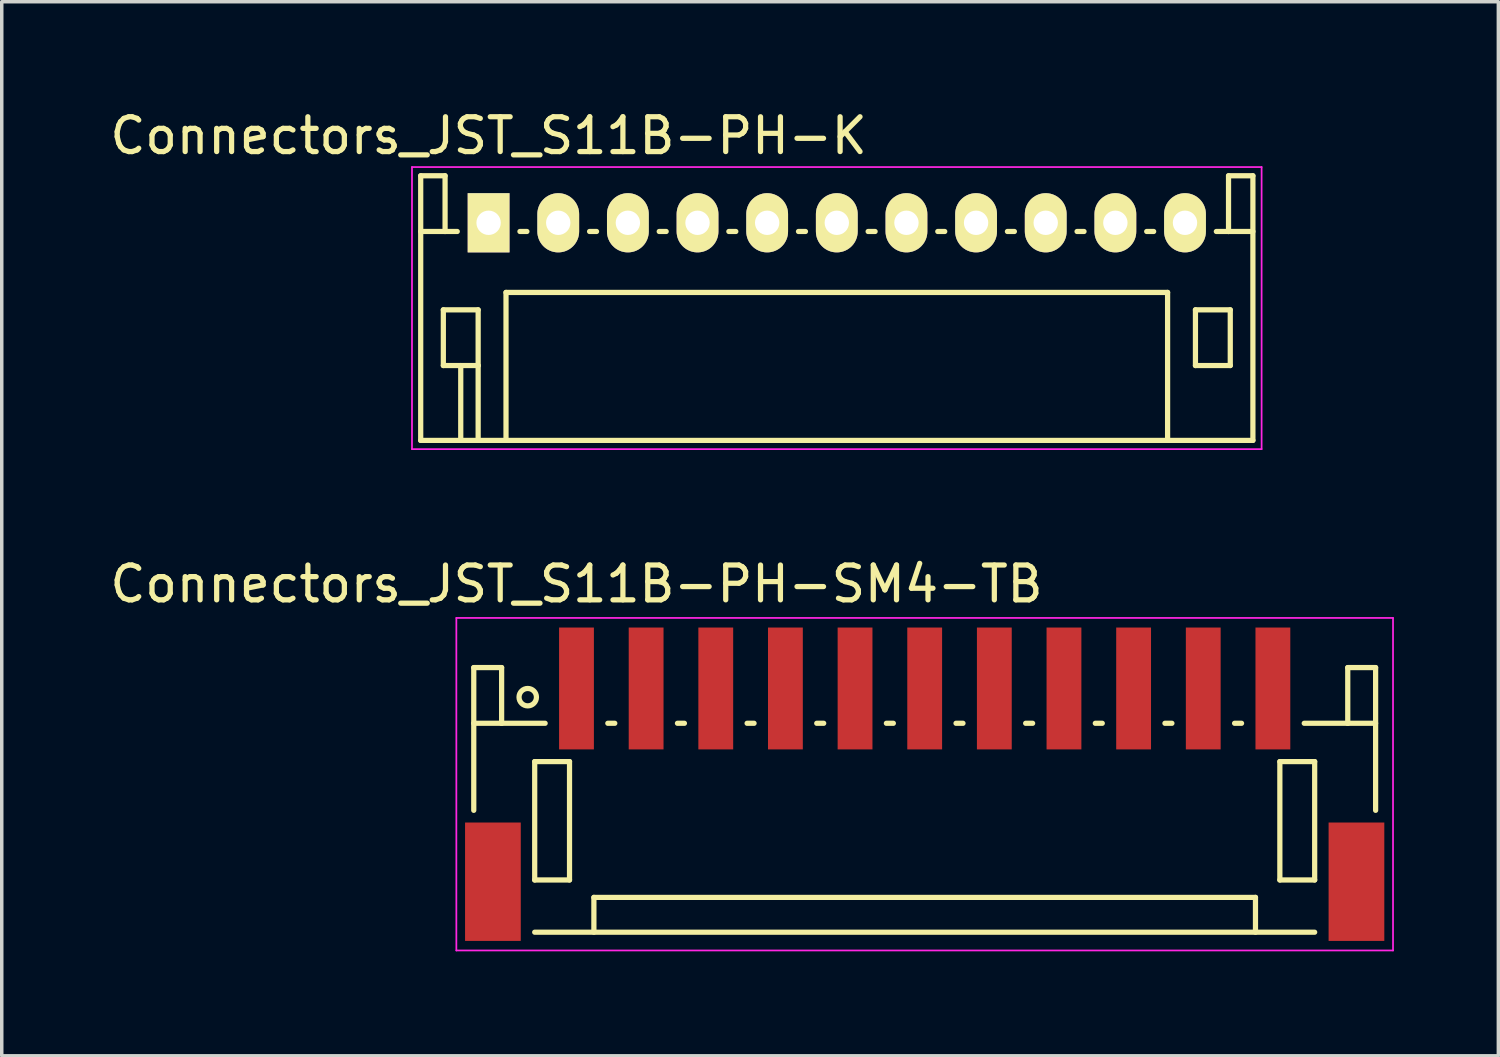
<source format=kicad_pcb>
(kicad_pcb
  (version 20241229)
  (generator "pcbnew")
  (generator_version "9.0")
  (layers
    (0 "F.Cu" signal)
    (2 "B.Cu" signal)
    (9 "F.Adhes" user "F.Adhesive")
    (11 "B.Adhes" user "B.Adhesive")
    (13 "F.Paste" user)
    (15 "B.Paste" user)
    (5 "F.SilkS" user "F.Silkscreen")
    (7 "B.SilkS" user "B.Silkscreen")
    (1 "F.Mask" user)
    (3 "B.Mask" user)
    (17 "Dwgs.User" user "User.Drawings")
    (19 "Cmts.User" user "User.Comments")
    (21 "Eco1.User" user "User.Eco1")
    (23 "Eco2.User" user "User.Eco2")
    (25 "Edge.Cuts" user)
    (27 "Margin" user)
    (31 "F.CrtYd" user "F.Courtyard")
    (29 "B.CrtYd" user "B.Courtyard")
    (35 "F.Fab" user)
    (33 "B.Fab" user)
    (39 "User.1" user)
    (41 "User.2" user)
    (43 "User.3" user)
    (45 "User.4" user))
  (footprint "Connectors_JST_S11B-PH-K"
    (layer "F.Cu")
    (at 10.982 3.348)
    (property "Reference" "Connectors_JST_S11B-PH-K" (at 0 -2.5 0) (layer "F.SilkS") (effects (font (size 1 1) (thickness 0.15))))
    (attr through_hole)
    (fp_line (start -1.95 -1.35) (end -1.95 6.25) (stroke (width 0.15) (type solid)) (layer "F.SilkS"))
    (fp_line (start -1.95 0.25) (end -1.25 0.25) (stroke (width 0.15) (type solid)) (layer "F.SilkS"))
    (fp_line (start -1.95 6.25) (end 21.95 6.25) (stroke (width 0.15) (type solid)) (layer "F.SilkS"))
    (fp_line (start -1.3 2.5) (end -1.3 4.1) (stroke (width 0.15) (type solid)) (layer "F.SilkS"))
    (fp_line (start -1.3 4.1) (end -0.3 4.1) (stroke (width 0.15) (type solid)) (layer "F.SilkS"))
    (fp_line (start -1.25 -1.35) (end -1.95 -1.35) (stroke (width 0.15) (type solid)) (layer "F.SilkS"))
    (fp_line (start -1.25 0.25) (end -1.25 -1.35) (stroke (width 0.15) (type solid)) (layer "F.SilkS"))
    (fp_line (start -0.9 0.25) (end -1.25 0.25) (stroke (width 0.15) (type solid)) (layer "F.SilkS"))
    (fp_line (start -0.8 4.1) (end -0.8 6.25) (stroke (width 0.15) (type solid)) (layer "F.SilkS"))
    (fp_line (start -0.3 2.5) (end -1.3 2.5) (stroke (width 0.15) (type solid)) (layer "F.SilkS"))
    (fp_line (start -0.3 4.1) (end -0.3 2.5) (stroke (width 0.15) (type solid)) (layer "F.SilkS"))
    (fp_line (start -0.3 4.1) (end -0.3 6.25) (stroke (width 0.15) (type solid)) (layer "F.SilkS"))
    (fp_line (start 0.5 2) (end 19.5 2) (stroke (width 0.15) (type solid)) (layer "F.SilkS"))
    (fp_line (start 0.5 6.25) (end 0.5 2) (stroke (width 0.15) (type solid)) (layer "F.SilkS"))
    (fp_line (start 0.9 0.25) (end 1.1 0.25) (stroke (width 0.15) (type solid)) (layer "F.SilkS"))
    (fp_line (start 2.9 0.25) (end 3.1 0.25) (stroke (width 0.15) (type solid)) (layer "F.SilkS"))
    (fp_line (start 4.9 0.25) (end 5.1 0.25) (stroke (width 0.15) (type solid)) (layer "F.SilkS"))
    (fp_line (start 6.9 0.25) (end 7.1 0.25) (stroke (width 0.15) (type solid)) (layer "F.SilkS"))
    (fp_line (start 8.9 0.25) (end 9.1 0.25) (stroke (width 0.15) (type solid)) (layer "F.SilkS"))
    (fp_line (start 10.9 0.25) (end 11.1 0.25) (stroke (width 0.15) (type solid)) (layer "F.SilkS"))
    (fp_line (start 12.9 0.25) (end 13.1 0.25) (stroke (width 0.15) (type solid)) (layer "F.SilkS"))
    (fp_line (start 14.9 0.25) (end 15.1 0.25) (stroke (width 0.15) (type solid)) (layer "F.SilkS"))
    (fp_line (start 16.9 0.25) (end 17.1 0.25) (stroke (width 0.15) (type solid)) (layer "F.SilkS"))
    (fp_line (start 18.9 0.25) (end 19.1 0.25) (stroke (width 0.15) (type solid)) (layer "F.SilkS"))
    (fp_line (start 19.5 2) (end 19.5 6.25) (stroke (width 0.15) (type solid)) (layer "F.SilkS"))
    (fp_line (start 20.3 2.5) (end 21.3 2.5) (stroke (width 0.15) (type solid)) (layer "F.SilkS"))
    (fp_line (start 20.3 4.1) (end 20.3 2.5) (stroke (width 0.15) (type solid)) (layer "F.SilkS"))
    (fp_line (start 21.25 -1.35) (end 21.25 0.25) (stroke (width 0.15) (type solid)) (layer "F.SilkS"))
    (fp_line (start 21.25 0.25) (end 20.9 0.25) (stroke (width 0.15) (type solid)) (layer "F.SilkS"))
    (fp_line (start 21.3 2.5) (end 21.3 4.1) (stroke (width 0.15) (type solid)) (layer "F.SilkS"))
    (fp_line (start 21.3 4.1) (end 20.3 4.1) (stroke (width 0.15) (type solid)) (layer "F.SilkS"))
    (fp_line (start 21.95 -1.35) (end 21.25 -1.35) (stroke (width 0.15) (type solid)) (layer "F.SilkS"))
    (fp_line (start 21.95 0.25) (end 21.25 0.25) (stroke (width 0.15) (type solid)) (layer "F.SilkS"))
    (fp_line (start 21.95 6.25) (end 21.95 -1.35) (stroke (width 0.15) (type solid)) (layer "F.SilkS"))
    (fp_line (start -2.2 -1.6) (end 22.2 -1.6) (stroke (width 0.05) (type solid)) (layer "F.CrtYd"))
    (fp_line (start -2.2 6.5) (end -2.2 -1.6) (stroke (width 0.05) (type solid)) (layer "F.CrtYd"))
    (fp_line (start 22.2 -1.6) (end 22.2 6.5) (stroke (width 0.05) (type solid)) (layer "F.CrtYd"))
    (fp_line (start 22.2 6.5) (end -2.2 6.5) (stroke (width 0.05) (type solid)) (layer "F.CrtYd"))
    (pad "1" thru_hole rect (at 0 0) (size 1.2 1.7) (drill 0.7) (layers "*.Cu" "*.Mask" "F.SilkS"))
    (pad "2" thru_hole oval (at 2 0) (size 1.2 1.7) (drill 0.7) (layers "*.Cu" "*.Mask" "F.SilkS"))
    (pad "3" thru_hole oval (at 4 0) (size 1.2 1.7) (drill 0.7) (layers "*.Cu" "*.Mask" "F.SilkS"))
    (pad "4" thru_hole oval (at 6 0) (size 1.2 1.7) (drill 0.7) (layers "*.Cu" "*.Mask" "F.SilkS"))
    (pad "5" thru_hole oval (at 8 0) (size 1.2 1.7) (drill 0.7) (layers "*.Cu" "*.Mask" "F.SilkS"))
    (pad "6" thru_hole oval (at 10 0) (size 1.2 1.7) (drill 0.7) (layers "*.Cu" "*.Mask" "F.SilkS"))
    (pad "7" thru_hole oval (at 12 0) (size 1.2 1.7) (drill 0.7) (layers "*.Cu" "*.Mask" "F.SilkS"))
    (pad "8" thru_hole oval (at 14 0) (size 1.2 1.7) (drill 0.7) (layers "*.Cu" "*.Mask" "F.SilkS"))
    (pad "9" thru_hole oval (at 16 0) (size 1.2 1.7) (drill 0.7) (layers "*.Cu" "*.Mask" "F.SilkS"))
    (pad "10" thru_hole oval (at 18 0) (size 1.2 1.7) (drill 0.7) (layers "*.Cu" "*.Mask" "F.SilkS"))
    (pad "11" thru_hole oval (at 20 0) (size 1.2 1.7) (drill 0.7) (layers "*.Cu" "*.Mask" "F.SilkS")))
  (footprint "Connectors_JST_S11B-PH-SM4-TB"
    (layer "F.Cu")
    (at 23.506 19.497)
    (property "Reference" "Connectors_JST_S11B-PH-SM4-TB" (at -10 -5.775 0) (layer "F.SilkS") (effects (font (size 1 1) (thickness 0.15))))
    (attr smd)
    (fp_line (start -12.95 -3.375) (end -12.95 0.725) (stroke (width 0.15) (type solid)) (layer "F.SilkS"))
    (fp_line (start -12.15 -3.375) (end -12.95 -3.375) (stroke (width 0.15) (type solid)) (layer "F.SilkS"))
    (fp_line (start -12.15 -1.775) (end -12.95 -1.775) (stroke (width 0.15) (type solid)) (layer "F.SilkS"))
    (fp_line (start -12.15 -1.775) (end -12.15 -3.375) (stroke (width 0.15) (type solid)) (layer "F.SilkS"))
    (fp_line (start -11.2 -0.675) (end -11.2 2.725) (stroke (width 0.15) (type solid)) (layer "F.SilkS"))
    (fp_line (start -11.2 2.725) (end -10.2 2.725) (stroke (width 0.15) (type solid)) (layer "F.SilkS"))
    (fp_line (start -11.2 4.225) (end 11.2 4.225) (stroke (width 0.15) (type solid)) (layer "F.SilkS"))
    (fp_line (start -10.9 -1.775) (end -12.15 -1.775) (stroke (width 0.15) (type solid)) (layer "F.SilkS"))
    (fp_line (start -10.2 -0.675) (end -11.2 -0.675) (stroke (width 0.15) (type solid)) (layer "F.SilkS"))
    (fp_line (start -10.2 2.725) (end -10.2 -0.675) (stroke (width 0.15) (type solid)) (layer "F.SilkS"))
    (fp_line (start -9.5 3.225) (end 9.5 3.225) (stroke (width 0.15) (type solid)) (layer "F.SilkS"))
    (fp_line (start -9.5 4.225) (end -9.5 3.225) (stroke (width 0.15) (type solid)) (layer "F.SilkS"))
    (fp_line (start -9.1 -1.775) (end -8.9 -1.775) (stroke (width 0.15) (type solid)) (layer "F.SilkS"))
    (fp_line (start -7.1 -1.775) (end -6.9 -1.775) (stroke (width 0.15) (type solid)) (layer "F.SilkS"))
    (fp_line (start -5.1 -1.775) (end -4.9 -1.775) (stroke (width 0.15) (type solid)) (layer "F.SilkS"))
    (fp_line (start -3.1 -1.775) (end -2.9 -1.775) (stroke (width 0.15) (type solid)) (layer "F.SilkS"))
    (fp_line (start -1.1 -1.775) (end -0.9 -1.775) (stroke (width 0.15) (type solid)) (layer "F.SilkS"))
    (fp_line (start 0.9 -1.775) (end 1.1 -1.775) (stroke (width 0.15) (type solid)) (layer "F.SilkS"))
    (fp_line (start 2.9 -1.775) (end 3.1 -1.775) (stroke (width 0.15) (type solid)) (layer "F.SilkS"))
    (fp_line (start 4.9 -1.775) (end 5.1 -1.775) (stroke (width 0.15) (type solid)) (layer "F.SilkS"))
    (fp_line (start 6.9 -1.775) (end 7.1 -1.775) (stroke (width 0.15) (type solid)) (layer "F.SilkS"))
    (fp_line (start 8.9 -1.775) (end 9.1 -1.775) (stroke (width 0.15) (type solid)) (layer "F.SilkS"))
    (fp_line (start 9.5 3.225) (end 9.5 4.225) (stroke (width 0.15) (type solid)) (layer "F.SilkS"))
    (fp_line (start 10.2 -0.675) (end 11.2 -0.675) (stroke (width 0.15) (type solid)) (layer "F.SilkS"))
    (fp_line (start 10.2 2.725) (end 10.2 -0.675) (stroke (width 0.15) (type solid)) (layer "F.SilkS"))
    (fp_line (start 10.9 -1.775) (end 12.15 -1.775) (stroke (width 0.15) (type solid)) (layer "F.SilkS"))
    (fp_line (start 11.2 -0.675) (end 11.2 2.725) (stroke (width 0.15) (type solid)) (layer "F.SilkS"))
    (fp_line (start 11.2 2.725) (end 10.2 2.725) (stroke (width 0.15) (type solid)) (layer "F.SilkS"))
    (fp_line (start 12.15 -3.375) (end 12.95 -3.375) (stroke (width 0.15) (type solid)) (layer "F.SilkS"))
    (fp_line (start 12.15 -1.775) (end 12.15 -3.375) (stroke (width 0.15) (type solid)) (layer "F.SilkS"))
    (fp_line (start 12.15 -1.775) (end 12.95 -1.775) (stroke (width 0.15) (type solid)) (layer "F.SilkS"))
    (fp_line (start 12.95 -3.375) (end 12.95 0.725) (stroke (width 0.15) (type solid)) (layer "F.SilkS"))
    (fp_circle (center -11.4 -2.525) (end -11.15 -2.525) (stroke (width 0.15) (type solid)) (fill no) (layer "F.SilkS"))
    (fp_line (start -13.45 -4.8) (end 13.45 -4.8) (stroke (width 0.05) (type solid)) (layer "F.CrtYd"))
    (fp_line (start -13.45 4.75) (end -13.45 -4.8) (stroke (width 0.05) (type solid)) (layer "F.CrtYd"))
    (fp_line (start 13.45 -4.8) (end 13.45 4.75) (stroke (width 0.05) (type solid)) (layer "F.CrtYd"))
    (fp_line (start 13.45 4.75) (end -13.45 4.75) (stroke (width 0.05) (type solid)) (layer "F.CrtYd"))
    (pad "" smd rect (at -12.4 2.775) (size 1.6 3.4) (layers "F.Cu" "F.Mask" "F.Paste"))
    (pad "" smd rect (at 12.4 2.775) (size 1.6 3.4) (layers "F.Cu" "F.Mask" "F.Paste"))
    (pad "1" smd rect (at -10 -2.775) (size 1 3.5) (layers "F.Cu" "F.Mask" "F.Paste"))
    (pad "2" smd rect (at -8 -2.775) (size 1 3.5) (layers "F.Cu" "F.Mask" "F.Paste"))
    (pad "3" smd rect (at -6 -2.775) (size 1 3.5) (layers "F.Cu" "F.Mask" "F.Paste"))
    (pad "4" smd rect (at -4 -2.775) (size 1 3.5) (layers "F.Cu" "F.Mask" "F.Paste"))
    (pad "5" smd rect (at -2 -2.775) (size 1 3.5) (layers "F.Cu" "F.Mask" "F.Paste"))
    (pad "6" smd rect (at 0 -2.775) (size 1 3.5) (layers "F.Cu" "F.Mask" "F.Paste"))
    (pad "7" smd rect (at 2 -2.775) (size 1 3.5) (layers "F.Cu" "F.Mask" "F.Paste"))
    (pad "8" smd rect (at 4 -2.775) (size 1 3.5) (layers "F.Cu" "F.Mask" "F.Paste"))
    (pad "9" smd rect (at 6 -2.775) (size 1 3.5) (layers "F.Cu" "F.Mask" "F.Paste"))
    (pad "10" smd rect (at 8 -2.775) (size 1 3.5) (layers "F.Cu" "F.Mask" "F.Paste"))
    (pad "11" smd rect (at 10 -2.775) (size 1 3.5) (layers "F.Cu" "F.Mask" "F.Paste")))
  (gr_rect
    (start -3 -3)
    (end 39.981 27.271)
    (stroke (width 0.1) (type default))
    (fill no)
    (layer "Edge.Cuts")))
</source>
